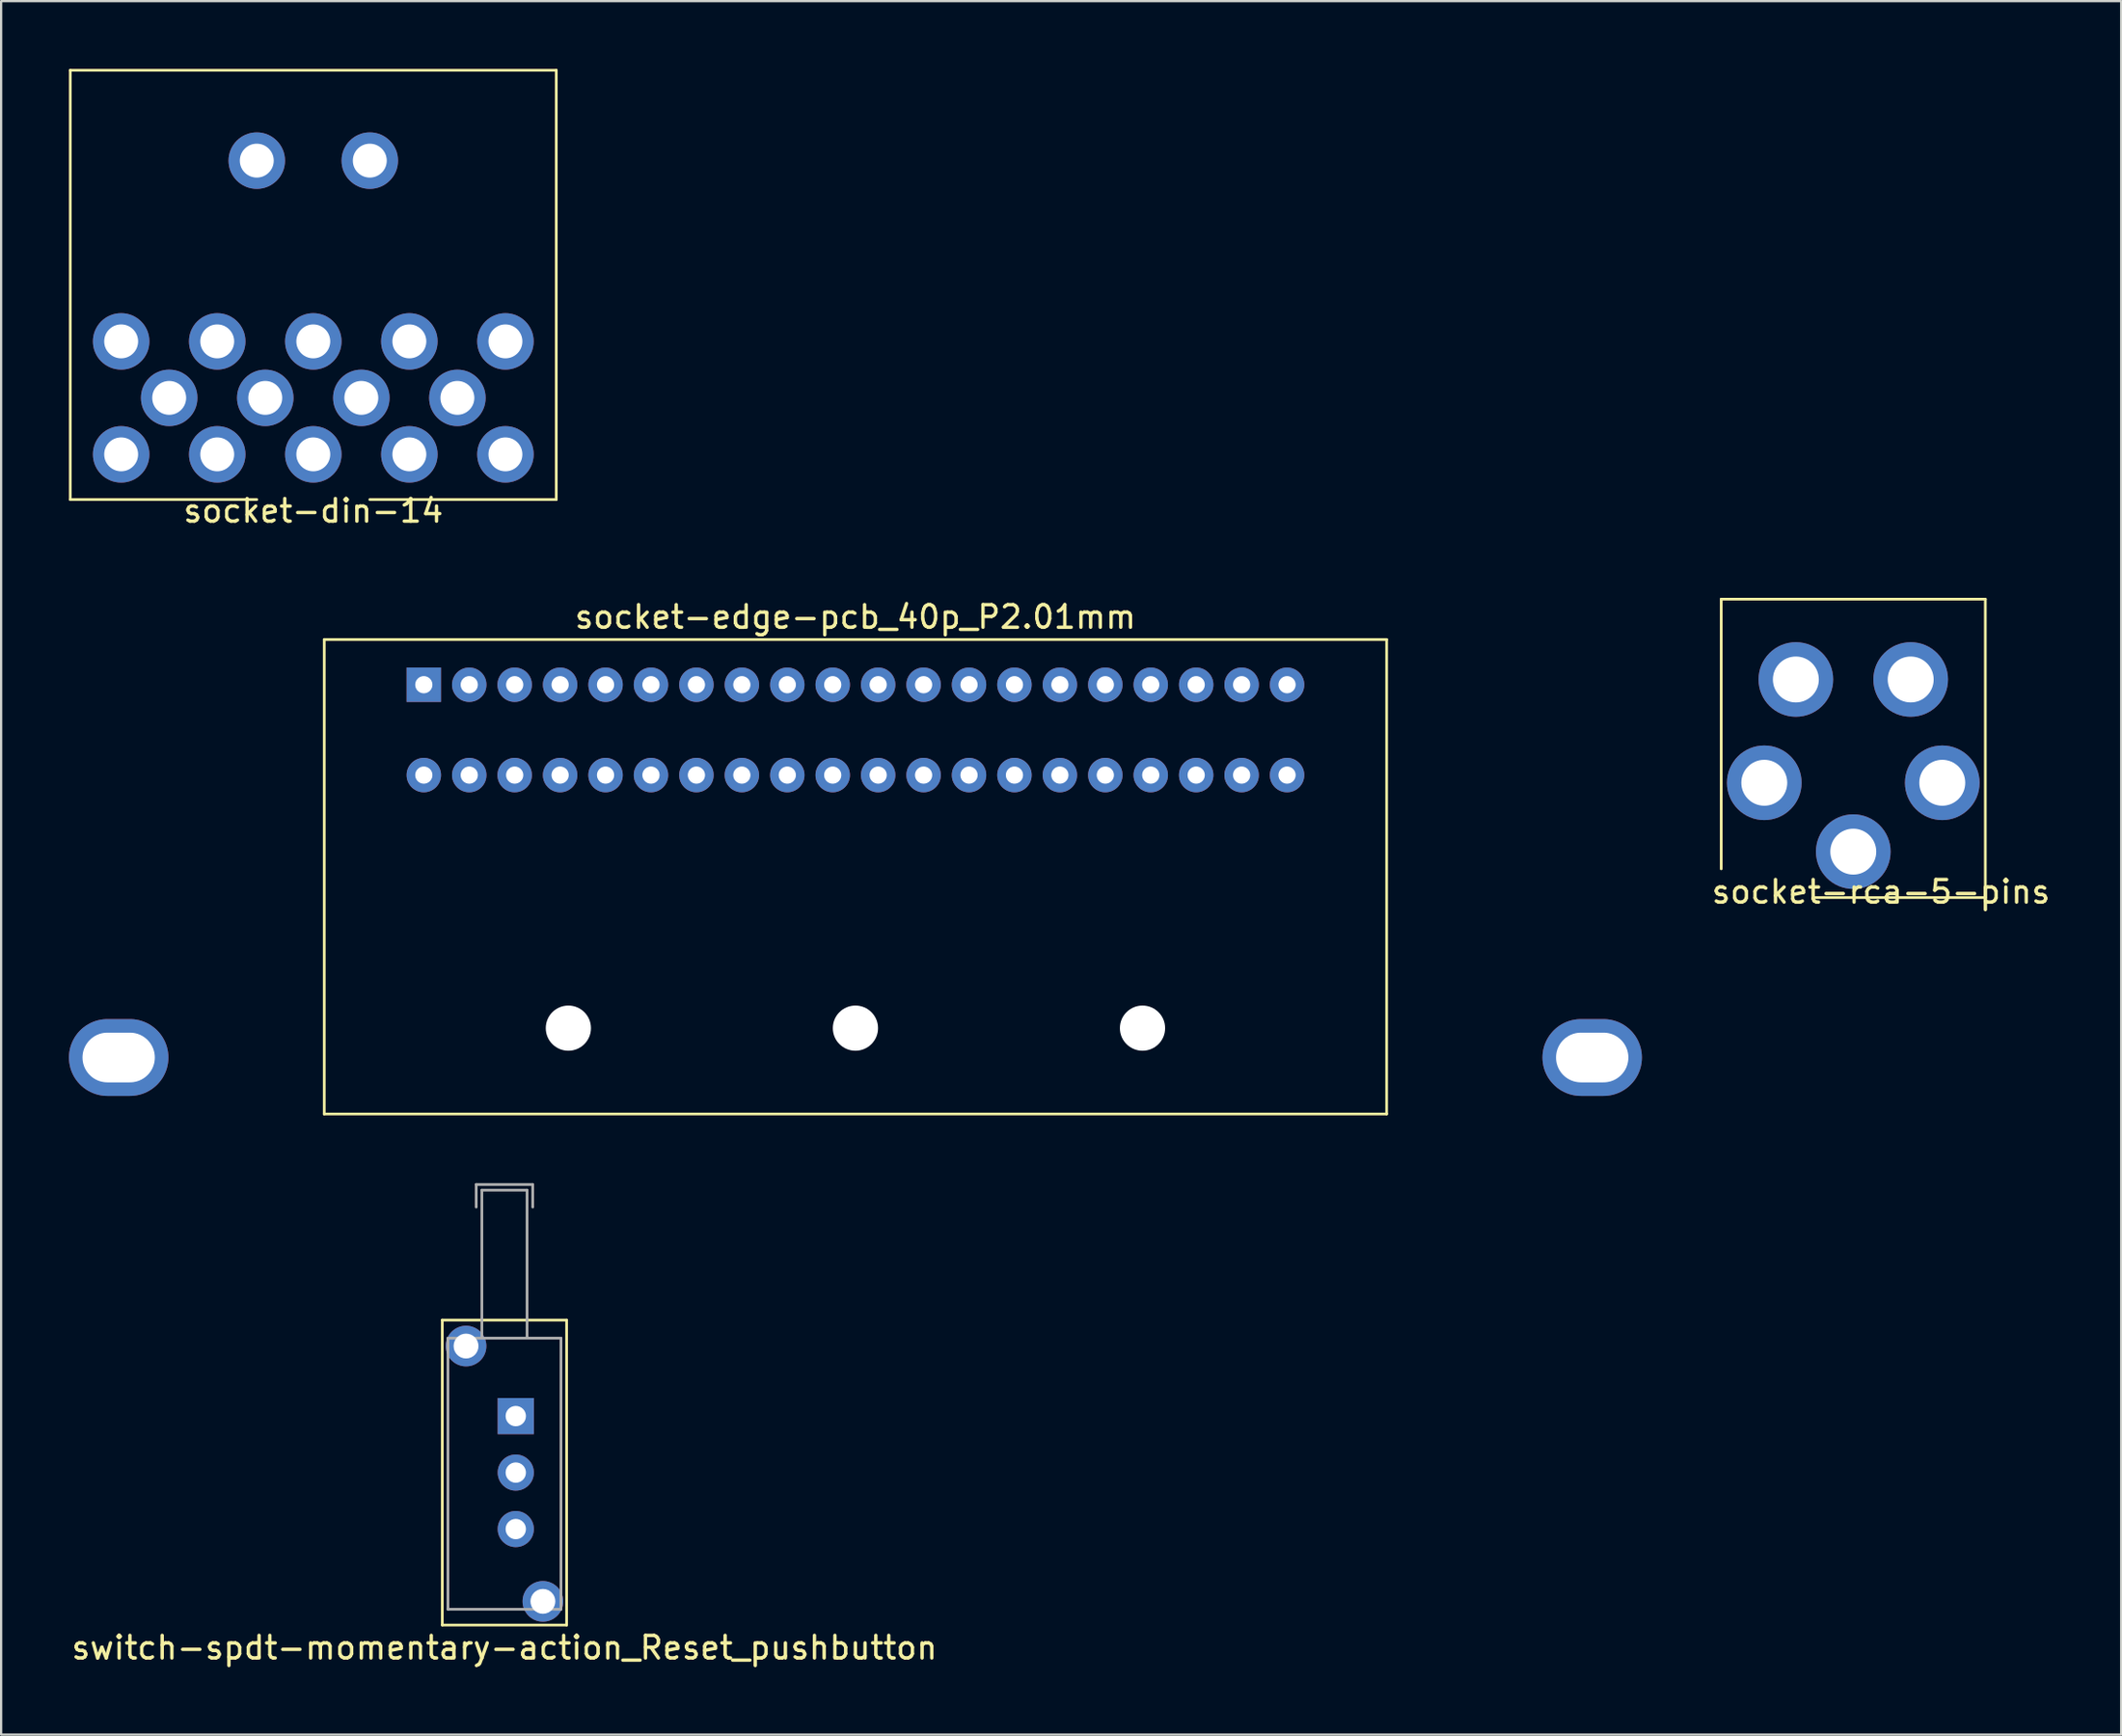
<source format=kicad_pcb>
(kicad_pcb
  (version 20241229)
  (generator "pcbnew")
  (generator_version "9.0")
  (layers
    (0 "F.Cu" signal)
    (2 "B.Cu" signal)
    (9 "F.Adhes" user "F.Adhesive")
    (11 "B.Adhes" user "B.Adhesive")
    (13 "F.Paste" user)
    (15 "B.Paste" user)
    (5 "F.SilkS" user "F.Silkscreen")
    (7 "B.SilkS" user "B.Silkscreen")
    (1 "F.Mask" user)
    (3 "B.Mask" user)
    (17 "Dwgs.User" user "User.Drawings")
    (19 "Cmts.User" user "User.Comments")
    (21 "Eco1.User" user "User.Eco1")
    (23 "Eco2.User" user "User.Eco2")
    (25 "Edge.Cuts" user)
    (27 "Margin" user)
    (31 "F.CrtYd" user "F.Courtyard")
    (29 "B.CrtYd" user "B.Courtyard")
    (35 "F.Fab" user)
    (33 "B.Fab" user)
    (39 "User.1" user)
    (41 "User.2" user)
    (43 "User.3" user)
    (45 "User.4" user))
  (footprint "socket-din-14"
    (layer "F.Cu")
    (at 10.81 12.06)
    (property "Reference" "socket-din-14" (at 0 7.5 0) (layer "F.SilkS") (effects (font (size 1 1) (thickness 0.15))))
    (attr through_hole)
    (fp_line (start -10.75 -12) (end -10.75 7) (stroke (width 0.12) (type solid)) (layer "F.SilkS"))
    (fp_line (start -2.5 7) (end -10.75 7) (stroke (width 0.12) (type solid)) (layer "F.SilkS"))
    (fp_line (start 2.5 7) (end 10.75 7) (stroke (width 0.12) (type solid)) (layer "F.SilkS"))
    (fp_line (start 10.75 -12) (end -10.75 -12) (stroke (width 0.12) (type solid)) (layer "F.SilkS"))
    (fp_line (start 10.75 7) (end 10.75 -12) (stroke (width 0.12) (type solid)) (layer "F.SilkS"))
    (pad "" thru_hole circle (at -2.5 -8) (size 2.5 2.5) (drill 1.5) (layers "*.Cu" "*.Mask"))
    (pad "" thru_hole circle (at 2.5 -8) (size 2.5 2.5) (drill 1.5) (layers "*.Cu" "*.Mask"))
    (pad "1" thru_hole circle (at 0 0) (size 2.5 2.5) (drill 1.5) (layers "*.Cu" "*.Mask"))
    (pad "2" thru_hole circle (at -4.25 0) (size 2.5 2.5) (drill 1.5) (layers "*.Cu" "*.Mask"))
    (pad "3" thru_hole circle (at 4.25 0) (size 2.5 2.5) (drill 1.5) (layers "*.Cu" "*.Mask"))
    (pad "4" thru_hole circle (at -6.375 2.5) (size 2.5 2.5) (drill 1.5) (layers "*.Cu" "*.Mask"))
    (pad "5" thru_hole circle (at 6.375 2.5) (size 2.5 2.5) (drill 1.5) (layers "*.Cu" "*.Mask"))
    (pad "6" thru_hole circle (at -8.5 0) (size 2.5 2.5) (drill 1.5) (layers "*.Cu" "*.Mask"))
    (pad "7" thru_hole circle (at 8.5 0) (size 2.5 2.5) (drill 1.5) (layers "*.Cu" "*.Mask"))
    (pad "8" thru_hole circle (at -4.25 5) (size 2.5 2.5) (drill 1.5) (layers "*.Cu" "*.Mask"))
    (pad "9" thru_hole circle (at 4.25 5) (size 2.5 2.5) (drill 1.5) (layers "*.Cu" "*.Mask"))
    (pad "10" thru_hole circle (at -8.5 5) (size 2.5 2.5) (drill 1.5) (layers "*.Cu" "*.Mask"))
    (pad "11" thru_hole circle (at 8.5 5) (size 2.5 2.5) (drill 1.5) (layers "*.Cu" "*.Mask"))
    (pad "12" thru_hole circle (at -2.125 2.5) (size 2.5 2.5) (drill 1.5) (layers "*.Cu" "*.Mask"))
    (pad "13" thru_hole circle (at 2.125 2.5) (size 2.5 2.5) (drill 1.5) (layers "*.Cu" "*.Mask"))
    (pad "14" thru_hole circle (at 0 5) (size 2.5 2.5) (drill 1.5) (layers "*.Cu" "*.Mask")))
  (footprint "socket-edge-pcb_40p_P2.01mm"
    (layer "F.Cu")
    (at 34.795 29.256)
    (property "Reference" "socket-edge-pcb_40p_P2.01mm" (at 0 -5 0) (layer "F.SilkS") (effects (font (size 1 1) (thickness 0.15))))
    (attr through_hole)
    (fp_line (start -23.5 -4) (end -23.5 17) (stroke (width 0.12) (type solid)) (layer "F.SilkS"))
    (fp_line (start -23.5 17) (end 23.5 17) (stroke (width 0.12) (type solid)) (layer "F.SilkS"))
    (fp_line (start 23.5 -4) (end -23.5 -4) (stroke (width 0.12) (type solid)) (layer "F.SilkS"))
    (fp_line (start 23.5 17) (end 23.5 -4) (stroke (width 0.12) (type solid)) (layer "F.SilkS"))
    (pad "" thru_hole oval (at -32.595 14.5) (size 4.4 3.4) (drill oval 3.2 2.2) (layers "*.Cu" "*.Mask"))
    (pad "" np_thru_hole circle (at -12.7 13.2) (size 2 2) (drill 2) (layers "*.Cu" "*.Mask"))
    (pad "" np_thru_hole circle (at 0 13.2) (size 2 2) (drill 2) (layers "*.Cu" "*.Mask"))
    (pad "" np_thru_hole circle (at 12.7 13.2) (size 2 2) (drill 2) (layers "*.Cu" "*.Mask"))
    (pad "" thru_hole oval (at 32.595 14.5) (size 4.4 3.4) (drill oval 3.2 2.2) (layers "*.Cu" "*.Mask"))
    (pad "1" thru_hole rect (at -19.095 -2) (size 1.524 1.524) (drill 0.762) (layers "*.Cu" "*.Mask"))
    (pad "2" thru_hole circle (at -19.095 2) (size 1.524 1.524) (drill 0.762) (layers "*.Cu" "*.Mask"))
    (pad "3" thru_hole circle (at -17.085 -2) (size 1.524 1.524) (drill 0.762) (layers "*.Cu" "*.Mask"))
    (pad "4" thru_hole circle (at -17.085 2) (size 1.524 1.524) (drill 0.762) (layers "*.Cu" "*.Mask"))
    (pad "5" thru_hole circle (at -15.075 -2) (size 1.524 1.524) (drill 0.762) (layers "*.Cu" "*.Mask"))
    (pad "6" thru_hole circle (at -15.075 2) (size 1.524 1.524) (drill 0.762) (layers "*.Cu" "*.Mask"))
    (pad "7" thru_hole circle (at -13.065 -2) (size 1.524 1.524) (drill 0.762) (layers "*.Cu" "*.Mask"))
    (pad "8" thru_hole circle (at -13.065 2) (size 1.524 1.524) (drill 0.762) (layers "*.Cu" "*.Mask"))
    (pad "9" thru_hole circle (at -11.055 -2) (size 1.524 1.524) (drill 0.762) (layers "*.Cu" "*.Mask"))
    (pad "10" thru_hole circle (at -11.055 2) (size 1.524 1.524) (drill 0.762) (layers "*.Cu" "*.Mask"))
    (pad "11" thru_hole circle (at -9.045 -2) (size 1.524 1.524) (drill 0.762) (layers "*.Cu" "*.Mask"))
    (pad "12" thru_hole circle (at -9.045 2) (size 1.524 1.524) (drill 0.762) (layers "*.Cu" "*.Mask"))
    (pad "13" thru_hole circle (at -7.035 -2) (size 1.524 1.524) (drill 0.762) (layers "*.Cu" "*.Mask"))
    (pad "14" thru_hole circle (at -7.035 2) (size 1.524 1.524) (drill 0.762) (layers "*.Cu" "*.Mask"))
    (pad "15" thru_hole circle (at -5.025 -2) (size 1.524 1.524) (drill 0.762) (layers "*.Cu" "*.Mask"))
    (pad "16" thru_hole circle (at -5.025 2) (size 1.524 1.524) (drill 0.762) (layers "*.Cu" "*.Mask"))
    (pad "17" thru_hole circle (at -3.015 -2) (size 1.524 1.524) (drill 0.762) (layers "*.Cu" "*.Mask"))
    (pad "18" thru_hole circle (at -3.015 2) (size 1.524 1.524) (drill 0.762) (layers "*.Cu" "*.Mask"))
    (pad "19" thru_hole circle (at -1.005 -2) (size 1.524 1.524) (drill 0.762) (layers "*.Cu" "*.Mask"))
    (pad "20" thru_hole circle (at -1.005 2) (size 1.524 1.524) (drill 0.762) (layers "*.Cu" "*.Mask"))
    (pad "21" thru_hole circle (at 1.005 -2) (size 1.524 1.524) (drill 0.762) (layers "*.Cu" "*.Mask"))
    (pad "22" thru_hole circle (at 1.005 2) (size 1.524 1.524) (drill 0.762) (layers "*.Cu" "*.Mask"))
    (pad "23" thru_hole circle (at 3.015 -2) (size 1.524 1.524) (drill 0.762) (layers "*.Cu" "*.Mask"))
    (pad "24" thru_hole circle (at 3.015 2) (size 1.524 1.524) (drill 0.762) (layers "*.Cu" "*.Mask"))
    (pad "25" thru_hole circle (at 5.025 -2) (size 1.524 1.524) (drill 0.762) (layers "*.Cu" "*.Mask"))
    (pad "26" thru_hole circle (at 5.025 2) (size 1.524 1.524) (drill 0.762) (layers "*.Cu" "*.Mask"))
    (pad "27" thru_hole circle (at 7.035 -2) (size 1.524 1.524) (drill 0.762) (layers "*.Cu" "*.Mask"))
    (pad "28" thru_hole circle (at 7.035 2) (size 1.524 1.524) (drill 0.762) (layers "*.Cu" "*.Mask"))
    (pad "29" thru_hole circle (at 9.045 -2) (size 1.524 1.524) (drill 0.762) (layers "*.Cu" "*.Mask"))
    (pad "30" thru_hole circle (at 9.045 2) (size 1.524 1.524) (drill 0.762) (layers "*.Cu" "*.Mask"))
    (pad "31" thru_hole circle (at 11.055 -2) (size 1.524 1.524) (drill 0.762) (layers "*.Cu" "*.Mask"))
    (pad "32" thru_hole circle (at 11.055 2) (size 1.524 1.524) (drill 0.762) (layers "*.Cu" "*.Mask"))
    (pad "33" thru_hole circle (at 13.065 -2) (size 1.524 1.524) (drill 0.762) (layers "*.Cu" "*.Mask"))
    (pad "34" thru_hole circle (at 13.065 2) (size 1.524 1.524) (drill 0.762) (layers "*.Cu" "*.Mask"))
    (pad "35" thru_hole circle (at 15.075 -2) (size 1.524 1.524) (drill 0.762) (layers "*.Cu" "*.Mask"))
    (pad "36" thru_hole circle (at 15.075 2) (size 1.524 1.524) (drill 0.762) (layers "*.Cu" "*.Mask"))
    (pad "37" thru_hole circle (at 17.085 -2) (size 1.524 1.524) (drill 0.762) (layers "*.Cu" "*.Mask"))
    (pad "38" thru_hole circle (at 17.085 2) (size 1.524 1.524) (drill 0.762) (layers "*.Cu" "*.Mask"))
    (pad "39" thru_hole circle (at 19.095 -2) (size 1.524 1.524) (drill 0.762) (layers "*.Cu" "*.Mask"))
    (pad "40" thru_hole circle (at 19.095 2) (size 1.524 1.524) (drill 0.762) (layers "*.Cu" "*.Mask")))
  (footprint "socket-rca-5-pins"
    (layer "F.Cu")
    (at 78.94 34.644)
    (property "Reference" "socket-rca-5-pins" (at -6.35 1.778 0) (layer "F.SilkS") (effects (font (size 1 1) (thickness 0.15)) (justify left)))
    (attr through_hole)
    (fp_line (start -5.842 0.762) (end -5.842 -11.176) (stroke (width 0.12) (type solid)) (layer "F.SilkS"))
    (fp_line (start -1.778 2.032) (end 5.842 2.032) (stroke (width 0.12) (type solid)) (layer "F.SilkS"))
    (fp_line (start 5.842 -11.176) (end -5.842 -11.176) (stroke (width 0.12) (type solid)) (layer "F.SilkS"))
    (fp_line (start 5.842 2.032) (end 5.842 -11.176) (stroke (width 0.12) (type solid)) (layer "F.SilkS"))
    (pad "1" thru_hole circle (at 0 0) (size 3.302 3.302) (drill 2.032) (layers "*.Cu" "*.Mask"))
    (pad "2" thru_hole circle (at -3.937 -3.048) (size 3.302 3.302) (drill 2.032) (layers "*.Cu" "*.Mask"))
    (pad "2" thru_hole circle (at -2.54 -7.62) (size 3.302 3.302) (drill 2.032) (layers "*.Cu" "*.Mask"))
    (pad "2" thru_hole circle (at 2.54 -7.62) (size 3.302 3.302) (drill 2.032) (layers "*.Cu" "*.Mask"))
    (pad "2" thru_hole circle (at 3.937 -3.048) (size 3.302 3.302) (drill 2.032) (layers "*.Cu" "*.Mask")))
  (footprint "switch-spdt-momentary-action_Reset_pushbutton"
    (layer "F.Cu")
    (at 19.768 62.127)
    (property "Reference" "switch-spdt-momentary-action_Reset_pushbutton" (at -0.5 7.75 0) (layer "F.SilkS") (effects (font (size 1 1) (thickness 0.15))))
    (attr through_hole)
    (fp_line (start -3.25 -6.75) (end 2.25 -6.75) (stroke (width 0.12) (type solid)) (layer "F.SilkS"))
    (fp_line (start -3.25 6.75) (end -3.25 -6.75) (stroke (width 0.12) (type solid)) (layer "F.SilkS"))
    (fp_line (start 2.25 -6.75) (end 2.25 6.75) (stroke (width 0.12) (type solid)) (layer "F.SilkS"))
    (fp_line (start 2.25 6.75) (end -3.25 6.75) (stroke (width 0.12) (type solid)) (layer "F.SilkS"))
    (fp_line (start -3 -5.95) (end -3 6.05) (stroke (width 0.12) (type solid)) (layer "F.Fab"))
    (fp_line (start -3 6.05) (end 2 6.05) (stroke (width 0.12) (type solid)) (layer "F.Fab"))
    (fp_line (start -1.75 -12.75) (end 0.75 -12.75) (stroke (width 0.12) (type solid)) (layer "F.Fab"))
    (fp_line (start -1.75 -11.75) (end -1.75 -12.75) (stroke (width 0.12) (type solid)) (layer "F.Fab"))
    (fp_line (start -1.5 -12.5) (end -1.5 -6) (stroke (width 0.12) (type solid)) (layer "F.Fab"))
    (fp_line (start 0.5 -12.5) (end -1.5 -12.5) (stroke (width 0.12) (type solid)) (layer "F.Fab"))
    (fp_line (start 0.5 -6) (end 0.5 -12.5) (stroke (width 0.12) (type solid)) (layer "F.Fab"))
    (fp_line (start 0.75 -12.75) (end 0.75 -11.75) (stroke (width 0.12) (type solid)) (layer "F.Fab"))
    (fp_line (start 2 -5.95) (end -3 -5.95) (stroke (width 0.12) (type solid)) (layer "F.Fab"))
    (fp_line (start 2 6.05) (end 2 -5.95) (stroke (width 0.12) (type solid)) (layer "F.Fab"))
    (pad "" thru_hole circle (at -2.2 -5.6) (size 1.8 1.8) (drill 1.1) (layers "*.Cu" "*.Mask"))
    (pad "" thru_hole circle (at 1.2 5.7) (size 1.8 1.8) (drill 1.1) (layers "*.Cu" "*.Mask"))
    (pad "1" thru_hole rect (at 0 -2.5) (size 1.6 1.6) (drill 0.9) (layers "*.Cu" "*.Mask"))
    (pad "2" thru_hole circle (at 0 0) (size 1.6 1.6) (drill 0.9) (layers "*.Cu" "*.Mask"))
    (pad "3" thru_hole circle (at 0 2.5) (size 1.6 1.6) (drill 0.9) (layers "*.Cu" "*.Mask")))
  (gr_rect
    (start -3 -3)
    (end 90.792 73.725)
    (stroke (width 0.1) (type default))
    (fill no)
    (layer "Edge.Cuts")))
</source>
